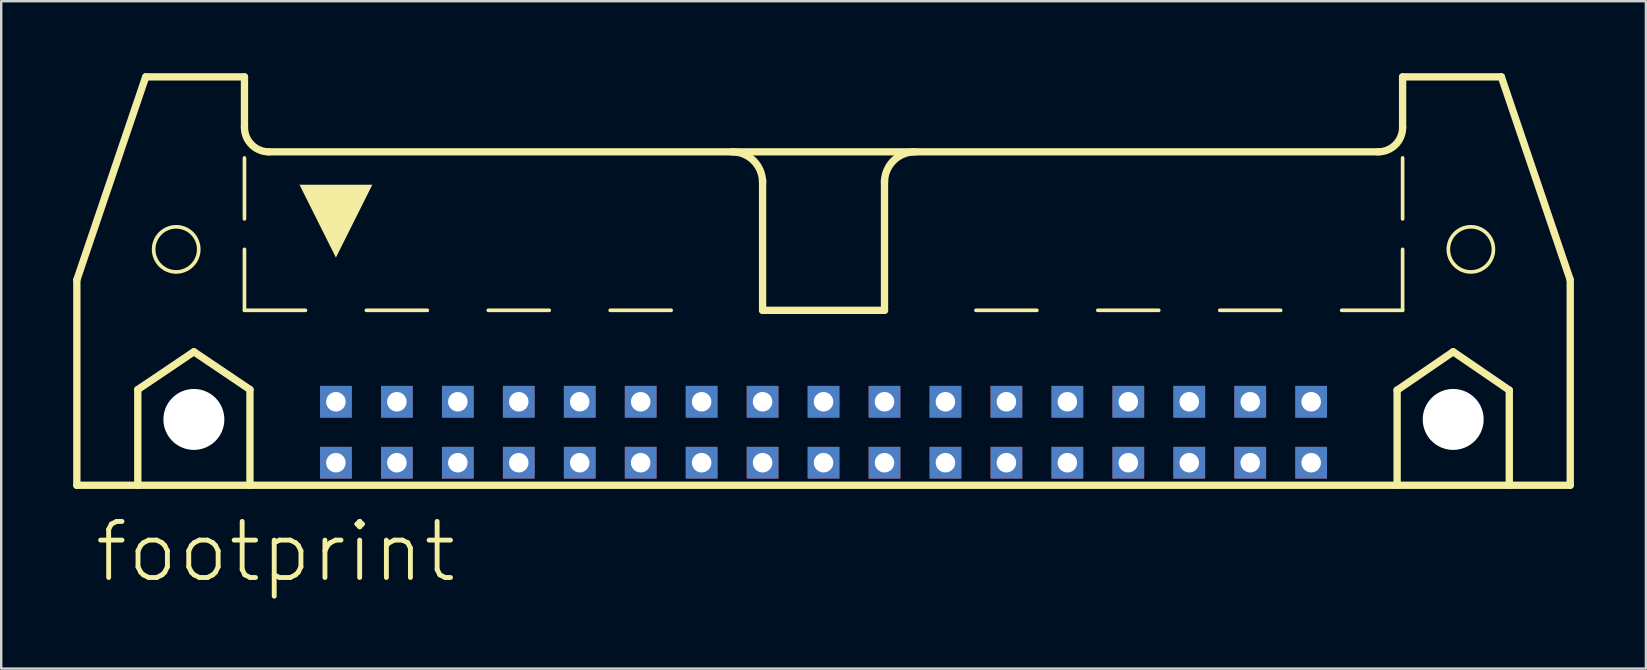
<source format=kicad_pcb>
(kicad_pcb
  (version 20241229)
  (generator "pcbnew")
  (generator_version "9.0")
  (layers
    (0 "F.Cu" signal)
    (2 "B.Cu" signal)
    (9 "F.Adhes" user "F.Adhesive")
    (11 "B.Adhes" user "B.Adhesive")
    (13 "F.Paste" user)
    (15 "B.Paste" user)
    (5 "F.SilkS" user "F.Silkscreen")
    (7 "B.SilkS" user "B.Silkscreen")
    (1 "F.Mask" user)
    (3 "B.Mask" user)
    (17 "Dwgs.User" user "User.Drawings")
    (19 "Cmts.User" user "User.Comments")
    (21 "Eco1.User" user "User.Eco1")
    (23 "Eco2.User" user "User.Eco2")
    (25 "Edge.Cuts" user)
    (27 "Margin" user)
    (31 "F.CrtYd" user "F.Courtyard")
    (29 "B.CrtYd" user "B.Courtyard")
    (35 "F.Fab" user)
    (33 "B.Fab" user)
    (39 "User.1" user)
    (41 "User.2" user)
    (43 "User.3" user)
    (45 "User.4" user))
  (footprint "footprint"
    (layer "F.Cu")
    (at 31.267 11.151)
    (property "Reference" "footprint" (at -30.48 10.16 0) (layer "F.SilkS") (effects (font (size 2.337 2.337) (thickness 0.203)) (justify left bottom)))
    (fp_line (start -31.115 -2.54) (end -31.115 6.02) (stroke (width 0.305) (type solid)) (layer "F.SilkS"))
    (fp_line (start -31.115 -2.54) (end -28.245 -10.998) (stroke (width 0.305) (type solid)) (layer "F.SilkS"))
    (fp_line (start -31.115 6.02) (end -28.575 6.02) (stroke (width 0.305) (type solid)) (layer "F.SilkS"))
    (fp_line (start -28.575 2.032) (end -26.238 0.457) (stroke (width 0.305) (type solid)) (layer "F.SilkS"))
    (fp_line (start -28.575 6.02) (end -28.575 2.032) (stroke (width 0.305) (type solid)) (layer "F.SilkS"))
    (fp_line (start -28.575 6.02) (end -23.901 6.02) (stroke (width 0.305) (type solid)) (layer "F.SilkS"))
    (fp_line (start -26.238 0.457) (end -23.901 2.032) (stroke (width 0.305) (type solid)) (layer "F.SilkS"))
    (fp_line (start -24.13 -10.998) (end -28.245 -10.998) (stroke (width 0.305) (type solid)) (layer "F.SilkS"))
    (fp_line (start -24.13 -8.89) (end -24.13 -10.998) (stroke (width 0.305) (type solid)) (layer "F.SilkS"))
    (fp_line (start -24.13 -5.08) (end -24.13 -7.62) (stroke (width 0.152) (type solid)) (layer "F.SilkS"))
    (fp_line (start -24.13 -1.27) (end -24.13 -3.81) (stroke (width 0.152) (type solid)) (layer "F.SilkS"))
    (fp_line (start -24.13 -1.27) (end -21.59 -1.27) (stroke (width 0.152) (type solid)) (layer "F.SilkS"))
    (fp_line (start -23.901 2.032) (end -23.901 6.02) (stroke (width 0.305) (type solid)) (layer "F.SilkS"))
    (fp_line (start -23.901 6.02) (end 23.901 6.02) (stroke (width 0.305) (type solid)) (layer "F.SilkS"))
    (fp_line (start -23.114 -7.874) (end 23.114 -7.874) (stroke (width 0.305) (type solid)) (layer "F.SilkS"))
    (fp_line (start -19.05 -1.27) (end -16.51 -1.27) (stroke (width 0.152) (type solid)) (layer "F.SilkS"))
    (fp_line (start -13.97 -1.27) (end -11.43 -1.27) (stroke (width 0.152) (type solid)) (layer "F.SilkS"))
    (fp_line (start -8.89 -1.27) (end -6.35 -1.27) (stroke (width 0.152) (type solid)) (layer "F.SilkS"))
    (fp_line (start -2.54 -1.27) (end -2.54 -6.68) (stroke (width 0.305) (type solid)) (layer "F.SilkS"))
    (fp_line (start 0 -1.27) (end 2.54 -1.27) (stroke (width 0.152) (type solid)) (layer "F.SilkS"))
    (fp_line (start 2.54 -1.27) (end -2.54 -1.27) (stroke (width 0.305) (type solid)) (layer "F.SilkS"))
    (fp_line (start 2.54 -1.27) (end 2.54 -6.68) (stroke (width 0.305) (type solid)) (layer "F.SilkS"))
    (fp_line (start 8.89 -1.27) (end 6.35 -1.27) (stroke (width 0.152) (type solid)) (layer "F.SilkS"))
    (fp_line (start 13.97 -1.27) (end 11.43 -1.27) (stroke (width 0.152) (type solid)) (layer "F.SilkS"))
    (fp_line (start 19.05 -1.27) (end 16.51 -1.27) (stroke (width 0.152) (type solid)) (layer "F.SilkS"))
    (fp_line (start 23.901 2.057) (end 26.238 0.457) (stroke (width 0.305) (type solid)) (layer "F.SilkS"))
    (fp_line (start 23.901 6.02) (end 23.901 2.057) (stroke (width 0.305) (type solid)) (layer "F.SilkS"))
    (fp_line (start 23.901 6.02) (end 28.575 6.02) (stroke (width 0.305) (type solid)) (layer "F.SilkS"))
    (fp_line (start 24.13 -10.998) (end 28.245 -10.998) (stroke (width 0.305) (type solid)) (layer "F.SilkS"))
    (fp_line (start 24.13 -8.89) (end 24.13 -10.998) (stroke (width 0.305) (type solid)) (layer "F.SilkS"))
    (fp_line (start 24.13 -5.08) (end 24.13 -7.62) (stroke (width 0.152) (type solid)) (layer "F.SilkS"))
    (fp_line (start 24.13 -1.27) (end 21.59 -1.27) (stroke (width 0.152) (type solid)) (layer "F.SilkS"))
    (fp_line (start 24.13 -1.27) (end 24.13 -3.81) (stroke (width 0.152) (type solid)) (layer "F.SilkS"))
    (fp_line (start 26.238 0.457) (end 28.575 2.057) (stroke (width 0.305) (type solid)) (layer "F.SilkS"))
    (fp_line (start 28.575 2.057) (end 28.575 6.02) (stroke (width 0.305) (type solid)) (layer "F.SilkS"))
    (fp_line (start 28.575 6.02) (end 31.115 6.02) (stroke (width 0.305) (type solid)) (layer "F.SilkS"))
    (fp_line (start 31.115 -2.54) (end 28.245 -10.998) (stroke (width 0.305) (type solid)) (layer "F.SilkS"))
    (fp_line (start 31.115 6.02) (end 31.115 -2.54) (stroke (width 0.305) (type solid)) (layer "F.SilkS"))
    (fp_arc (start -23.114 -7.874) (mid -23.83242 -8.17158) (end -24.13 -8.89) (stroke (width 0.3048) (type solid)) (layer "F.SilkS"))
    (fp_arc (start -3.81 -7.874) (mid -2.911974 -7.502026) (end -2.54 -6.604) (stroke (width 0.3048) (type solid)) (layer "F.SilkS"))
    (fp_arc (start 2.54 -6.604) (mid 2.911974 -7.502026) (end 3.81 -7.874) (stroke (width 0.3048) (type solid)) (layer "F.SilkS"))
    (fp_arc (start 24.13 -8.89) (mid 23.83242 -8.17158) (end 23.114 -7.874) (stroke (width 0.3048) (type solid)) (layer "F.SilkS"))
    (fp_circle (center -26.975 -3.81) (end -26.035 -3.81) (stroke (width 0.152) (type solid)) (fill no) (layer "F.SilkS"))
    (fp_circle (center 26.975 -3.81) (end 27.915 -3.81) (stroke (width 0.152) (type solid)) (fill no) (layer "F.SilkS"))
    (fp_poly (pts (xy -20.32 -3.469) (xy -21.837 -6.502) (xy -18.803 -6.502)) (stroke (width 0) (type solid)) (fill yes) (layer "F.SilkS"))
    (pad "" np_thru_hole circle (at -26.238 3.277) (size 2.54 2.54) (drill 2.54) (layers "*.Cu" "*.Mask"))
    (pad "" np_thru_hole circle (at 26.238 3.277) (size 2.54 2.54) (drill 2.54) (layers "*.Cu" "*.Mask"))
    (pad "1" thru_hole rect (at -20.32 5.08) (size 1.321 1.321) (drill 0.813) (layers "*.Cu" "*.Mask"))
    (pad "2" thru_hole rect (at -20.32 2.54) (size 1.321 1.321) (drill 0.813) (layers "*.Cu" "*.Mask"))
    (pad "3" thru_hole rect (at -17.78 5.08) (size 1.321 1.321) (drill 0.813) (layers "*.Cu" "*.Mask"))
    (pad "4" thru_hole rect (at -17.78 2.54) (size 1.321 1.321) (drill 0.813) (layers "*.Cu" "*.Mask"))
    (pad "5" thru_hole rect (at -15.24 5.08) (size 1.321 1.321) (drill 0.813) (layers "*.Cu" "*.Mask"))
    (pad "6" thru_hole rect (at -15.24 2.54) (size 1.321 1.321) (drill 0.813) (layers "*.Cu" "*.Mask"))
    (pad "7" thru_hole rect (at -12.7 5.08) (size 1.321 1.321) (drill 0.813) (layers "*.Cu" "*.Mask"))
    (pad "8" thru_hole rect (at -12.7 2.54) (size 1.321 1.321) (drill 0.813) (layers "*.Cu" "*.Mask"))
    (pad "9" thru_hole rect (at -10.16 5.08) (size 1.321 1.321) (drill 0.813) (layers "*.Cu" "*.Mask"))
    (pad "10" thru_hole rect (at -10.16 2.54) (size 1.321 1.321) (drill 0.813) (layers "*.Cu" "*.Mask"))
    (pad "11" thru_hole rect (at -7.62 5.08) (size 1.321 1.321) (drill 0.813) (layers "*.Cu" "*.Mask"))
    (pad "12" thru_hole rect (at -7.62 2.54) (size 1.321 1.321) (drill 0.813) (layers "*.Cu" "*.Mask"))
    (pad "13" thru_hole rect (at -5.08 5.08) (size 1.321 1.321) (drill 0.813) (layers "*.Cu" "*.Mask"))
    (pad "14" thru_hole rect (at -5.08 2.54) (size 1.321 1.321) (drill 0.813) (layers "*.Cu" "*.Mask"))
    (pad "15" thru_hole rect (at -2.54 5.08) (size 1.321 1.321) (drill 0.813) (layers "*.Cu" "*.Mask"))
    (pad "16" thru_hole rect (at -2.54 2.54) (size 1.321 1.321) (drill 0.813) (layers "*.Cu" "*.Mask"))
    (pad "17" thru_hole rect (at 0 5.08) (size 1.321 1.321) (drill 0.813) (layers "*.Cu" "*.Mask"))
    (pad "18" thru_hole rect (at 0 2.54) (size 1.321 1.321) (drill 0.813) (layers "*.Cu" "*.Mask"))
    (pad "19" thru_hole rect (at 2.54 5.08) (size 1.321 1.321) (drill 0.813) (layers "*.Cu" "*.Mask"))
    (pad "20" thru_hole rect (at 2.54 2.54) (size 1.321 1.321) (drill 0.813) (layers "*.Cu" "*.Mask"))
    (pad "21" thru_hole rect (at 5.08 5.08) (size 1.321 1.321) (drill 0.813) (layers "*.Cu" "*.Mask"))
    (pad "22" thru_hole rect (at 5.08 2.54) (size 1.321 1.321) (drill 0.813) (layers "*.Cu" "*.Mask"))
    (pad "23" thru_hole rect (at 7.62 5.08) (size 1.321 1.321) (drill 0.813) (layers "*.Cu" "*.Mask"))
    (pad "24" thru_hole rect (at 7.62 2.54) (size 1.321 1.321) (drill 0.813) (layers "*.Cu" "*.Mask"))
    (pad "25" thru_hole rect (at 10.16 5.08) (size 1.321 1.321) (drill 0.813) (layers "*.Cu" "*.Mask"))
    (pad "26" thru_hole rect (at 10.16 2.54) (size 1.321 1.321) (drill 0.813) (layers "*.Cu" "*.Mask"))
    (pad "27" thru_hole rect (at 12.7 5.08) (size 1.321 1.321) (drill 0.813) (layers "*.Cu" "*.Mask"))
    (pad "28" thru_hole rect (at 12.7 2.54) (size 1.321 1.321) (drill 0.813) (layers "*.Cu" "*.Mask"))
    (pad "29" thru_hole rect (at 15.24 5.08) (size 1.321 1.321) (drill 0.813) (layers "*.Cu" "*.Mask"))
    (pad "30" thru_hole rect (at 15.24 2.54) (size 1.321 1.321) (drill 0.813) (layers "*.Cu" "*.Mask"))
    (pad "31" thru_hole rect (at 17.78 5.08) (size 1.321 1.321) (drill 0.813) (layers "*.Cu" "*.Mask"))
    (pad "32" thru_hole rect (at 17.78 2.54) (size 1.321 1.321) (drill 0.813) (layers "*.Cu" "*.Mask"))
    (pad "33" thru_hole rect (at 20.32 5.08) (size 1.321 1.321) (drill 0.813) (layers "*.Cu" "*.Mask"))
    (pad "34" thru_hole rect (at 20.32 2.54) (size 1.321 1.321) (drill 0.813) (layers "*.Cu" "*.Mask"))
    (zone (net_name "") (layer "F.Cu") (hatch edge 0.508) (connect_pads) (min_thickness 0.254) (filled_areas_thickness no) (keepout (tracks not_allowed) (vias not_allowed) (pads not_allowed) (copperpour not_allowed) (footprints allowed)) (placement (enabled no)) (fill) (polygon (pts (xy 6.96 14.427) (xy 6.93 14.092) (xy 6.843 13.767) (xy 6.701 13.462) (xy 6.508 13.186) (xy 6.27 12.948) (xy 5.994 12.755) (xy 5.689 12.613) (xy 5.364 12.526) (xy 5.029 12.497) (xy 4.694 12.526) (xy 4.369 12.613) (xy 4.064 12.755) (xy 3.788 12.948) (xy 3.55 13.186) (xy 3.357 13.462) (xy 3.215 13.767) (xy 3.128 14.092) (xy 3.099 14.427) (xy 3.128 14.762) (xy 3.215 15.087) (xy 3.357 15.392) (xy 3.55 15.668) (xy 3.788 15.906) (xy 4.064 16.099) (xy 4.369 16.241) (xy 4.694 16.328) (xy 5.029 16.358) (xy 5.364 16.328) (xy 5.689 16.241) (xy 5.994 16.099) (xy 6.27 15.906) (xy 6.508 15.668) (xy 6.701 15.392) (xy 6.843 15.087) (xy 6.93 14.762))))
    (zone (net_name "") (layer "F.Cu") (hatch edge 0.508) (connect_pads) (min_thickness 0.254) (filled_areas_thickness no) (keepout (tracks not_allowed) (vias not_allowed) (pads not_allowed) (copperpour not_allowed) (footprints allowed)) (placement (enabled no)) (fill) (polygon (pts (xy 59.436 14.427) (xy 59.407 14.092) (xy 59.32 13.767) (xy 59.177 13.462) (xy 58.984 13.186) (xy 58.746 12.948) (xy 58.471 12.755) (xy 58.166 12.613) (xy 57.841 12.526) (xy 57.506 12.497) (xy 57.17 12.526) (xy 56.845 12.613) (xy 56.54 12.755) (xy 56.265 12.948) (xy 56.027 13.186) (xy 55.834 13.462) (xy 55.692 13.767) (xy 55.605 14.092) (xy 55.575 14.427) (xy 55.605 14.762) (xy 55.692 15.087) (xy 55.834 15.392) (xy 56.027 15.668) (xy 56.265 15.906) (xy 56.54 16.099) (xy 56.845 16.241) (xy 57.17 16.328) (xy 57.506 16.358) (xy 57.841 16.328) (xy 58.166 16.241) (xy 58.471 16.099) (xy 58.746 15.906) (xy 58.984 15.668) (xy 59.177 15.392) (xy 59.32 15.087) (xy 59.407 14.762))))
    (zone (net_name "") (layer "B.Cu") (hatch edge 0.508) (connect_pads) (min_thickness 0.254) (filled_areas_thickness no) (keepout (tracks not_allowed) (vias not_allowed) (pads not_allowed) (copperpour not_allowed) (footprints allowed)) (placement (enabled no)) (fill) (polygon (pts (xy 6.96 14.427) (xy 6.93 14.092) (xy 6.843 13.767) (xy 6.701 13.462) (xy 6.508 13.186) (xy 6.27 12.948) (xy 5.994 12.755) (xy 5.689 12.613) (xy 5.364 12.526) (xy 5.029 12.497) (xy 4.694 12.526) (xy 4.369 12.613) (xy 4.064 12.755) (xy 3.788 12.948) (xy 3.55 13.186) (xy 3.357 13.462) (xy 3.215 13.767) (xy 3.128 14.092) (xy 3.099 14.427) (xy 3.128 14.762) (xy 3.215 15.087) (xy 3.357 15.392) (xy 3.55 15.668) (xy 3.788 15.906) (xy 4.064 16.099) (xy 4.369 16.241) (xy 4.694 16.328) (xy 5.029 16.358) (xy 5.364 16.328) (xy 5.689 16.241) (xy 5.994 16.099) (xy 6.27 15.906) (xy 6.508 15.668) (xy 6.701 15.392) (xy 6.843 15.087) (xy 6.93 14.762))))
    (zone (net_name "") (layer "B.Cu") (hatch edge 0.508) (connect_pads) (min_thickness 0.254) (filled_areas_thickness no) (keepout (tracks not_allowed) (vias not_allowed) (pads not_allowed) (copperpour not_allowed) (footprints allowed)) (placement (enabled no)) (fill) (polygon (pts (xy 59.436 14.427) (xy 59.407 14.092) (xy 59.32 13.767) (xy 59.177 13.462) (xy 58.984 13.186) (xy 58.746 12.948) (xy 58.471 12.755) (xy 58.166 12.613) (xy 57.841 12.526) (xy 57.506 12.497) (xy 57.17 12.526) (xy 56.845 12.613) (xy 56.54 12.755) (xy 56.265 12.948) (xy 56.027 13.186) (xy 55.834 13.462) (xy 55.692 13.767) (xy 55.605 14.092) (xy 55.575 14.427) (xy 55.605 14.762) (xy 55.692 15.087) (xy 55.834 15.392) (xy 56.027 15.668) (xy 56.265 15.906) (xy 56.54 16.099) (xy 56.845 16.241) (xy 57.17 16.328) (xy 57.506 16.358) (xy 57.841 16.328) (xy 58.166 16.241) (xy 58.471 16.099) (xy 58.746 15.906) (xy 58.984 15.668) (xy 59.177 15.392) (xy 59.32 15.087) (xy 59.407 14.762)))))
  (gr_rect
    (start -3 -3)
    (end 65.535 24.811)
    (stroke (width 0.1) (type default))
    (fill no)
    (layer "Edge.Cuts")))
</source>
